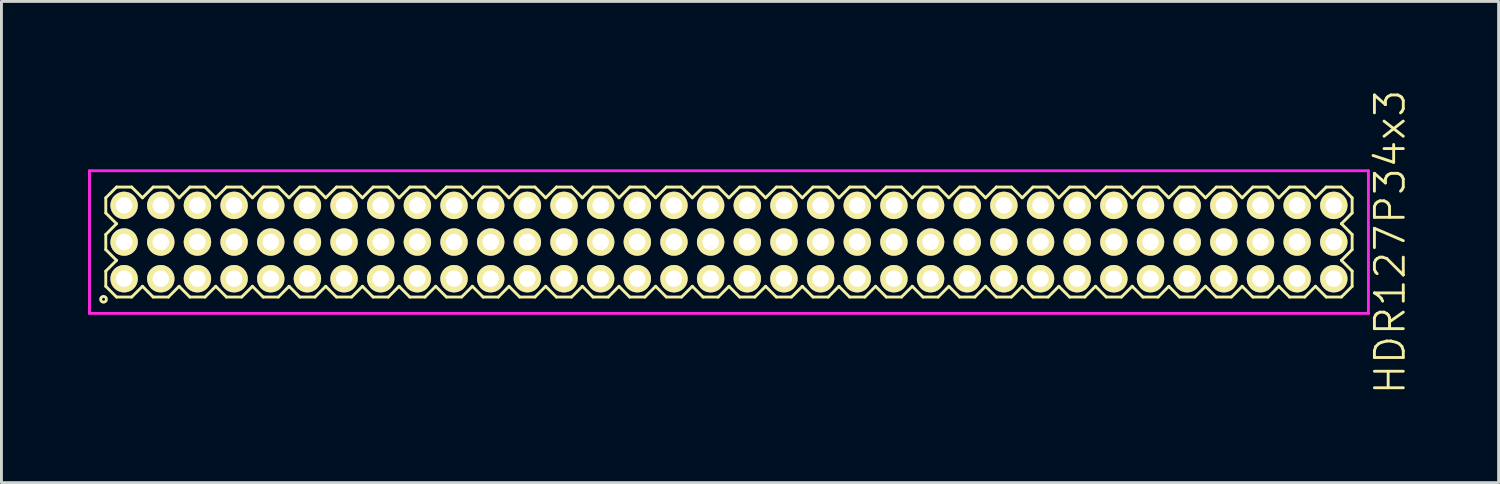
<source format=kicad_pcb>
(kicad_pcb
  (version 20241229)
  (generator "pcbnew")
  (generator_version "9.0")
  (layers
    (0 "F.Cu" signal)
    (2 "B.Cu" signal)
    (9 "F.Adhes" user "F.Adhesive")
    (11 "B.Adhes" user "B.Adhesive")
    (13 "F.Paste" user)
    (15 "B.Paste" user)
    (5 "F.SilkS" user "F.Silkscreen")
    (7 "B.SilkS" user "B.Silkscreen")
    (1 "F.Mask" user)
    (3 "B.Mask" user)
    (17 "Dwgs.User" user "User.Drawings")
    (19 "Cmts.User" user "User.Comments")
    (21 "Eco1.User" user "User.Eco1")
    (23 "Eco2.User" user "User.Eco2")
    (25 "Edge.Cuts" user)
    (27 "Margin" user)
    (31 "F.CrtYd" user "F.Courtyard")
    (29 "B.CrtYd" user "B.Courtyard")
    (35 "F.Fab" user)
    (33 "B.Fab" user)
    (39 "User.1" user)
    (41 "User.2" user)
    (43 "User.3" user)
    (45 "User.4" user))
  (footprint "HDR127P34x3"
    (layer "F.Cu")
    (at 22.205 5.336)
    (property "Reference" "HDR127P34x3" (at 22.905 0 90) (layer "F.SilkS") (effects (font (size 1 1) (thickness 0.1))))
    (attr through_hole)
    (fp_line (start -21.59 -1.533) (end -21.218 -1.905) (stroke (width 0.1) (type solid)) (layer "F.SilkS"))
    (fp_line (start -21.59 -1.007) (end -21.59 -1.533) (stroke (width 0.1) (type solid)) (layer "F.SilkS"))
    (fp_line (start -21.59 -0.263) (end -21.218 -0.635) (stroke (width 0.1) (type solid)) (layer "F.SilkS"))
    (fp_line (start -21.59 0.263) (end -21.59 -0.263) (stroke (width 0.1) (type solid)) (layer "F.SilkS"))
    (fp_line (start -21.59 1.007) (end -21.218 0.635) (stroke (width 0.1) (type solid)) (layer "F.SilkS"))
    (fp_line (start -21.59 1.533) (end -21.59 1.007) (stroke (width 0.1) (type solid)) (layer "F.SilkS"))
    (fp_line (start -21.218 -1.905) (end -20.692 -1.905) (stroke (width 0.1) (type solid)) (layer "F.SilkS"))
    (fp_line (start -21.218 -0.635) (end -21.59 -1.007) (stroke (width 0.1) (type solid)) (layer "F.SilkS"))
    (fp_line (start -21.218 0.635) (end -21.59 0.263) (stroke (width 0.1) (type solid)) (layer "F.SilkS"))
    (fp_line (start -21.218 1.905) (end -21.59 1.533) (stroke (width 0.1) (type solid)) (layer "F.SilkS"))
    (fp_line (start -20.692 -1.905) (end -20.32 -1.533) (stroke (width 0.1) (type solid)) (layer "F.SilkS"))
    (fp_line (start -20.692 1.905) (end -21.218 1.905) (stroke (width 0.1) (type solid)) (layer "F.SilkS"))
    (fp_line (start -20.32 -1.533) (end -19.948 -1.905) (stroke (width 0.1) (type solid)) (layer "F.SilkS"))
    (fp_line (start -20.32 1.533) (end -20.692 1.905) (stroke (width 0.1) (type solid)) (layer "F.SilkS"))
    (fp_line (start -19.948 -1.905) (end -19.422 -1.905) (stroke (width 0.1) (type solid)) (layer "F.SilkS"))
    (fp_line (start -19.948 1.905) (end -20.32 1.533) (stroke (width 0.1) (type solid)) (layer "F.SilkS"))
    (fp_line (start -19.422 -1.905) (end -19.05 -1.533) (stroke (width 0.1) (type solid)) (layer "F.SilkS"))
    (fp_line (start -19.422 1.905) (end -19.948 1.905) (stroke (width 0.1) (type solid)) (layer "F.SilkS"))
    (fp_line (start -19.05 -1.533) (end -18.678 -1.905) (stroke (width 0.1) (type solid)) (layer "F.SilkS"))
    (fp_line (start -19.05 1.533) (end -19.422 1.905) (stroke (width 0.1) (type solid)) (layer "F.SilkS"))
    (fp_line (start -18.678 -1.905) (end -18.152 -1.905) (stroke (width 0.1) (type solid)) (layer "F.SilkS"))
    (fp_line (start -18.678 1.905) (end -19.05 1.533) (stroke (width 0.1) (type solid)) (layer "F.SilkS"))
    (fp_line (start -18.152 -1.905) (end -17.78 -1.533) (stroke (width 0.1) (type solid)) (layer "F.SilkS"))
    (fp_line (start -18.152 1.905) (end -18.678 1.905) (stroke (width 0.1) (type solid)) (layer "F.SilkS"))
    (fp_line (start -17.78 -1.533) (end -17.408 -1.905) (stroke (width 0.1) (type solid)) (layer "F.SilkS"))
    (fp_line (start -17.78 1.533) (end -18.152 1.905) (stroke (width 0.1) (type solid)) (layer "F.SilkS"))
    (fp_line (start -17.408 -1.905) (end -16.882 -1.905) (stroke (width 0.1) (type solid)) (layer "F.SilkS"))
    (fp_line (start -17.408 1.905) (end -17.78 1.533) (stroke (width 0.1) (type solid)) (layer "F.SilkS"))
    (fp_line (start -16.882 -1.905) (end -16.51 -1.533) (stroke (width 0.1) (type solid)) (layer "F.SilkS"))
    (fp_line (start -16.882 1.905) (end -17.408 1.905) (stroke (width 0.1) (type solid)) (layer "F.SilkS"))
    (fp_line (start -16.51 -1.533) (end -16.138 -1.905) (stroke (width 0.1) (type solid)) (layer "F.SilkS"))
    (fp_line (start -16.51 1.533) (end -16.882 1.905) (stroke (width 0.1) (type solid)) (layer "F.SilkS"))
    (fp_line (start -16.138 -1.905) (end -15.612 -1.905) (stroke (width 0.1) (type solid)) (layer "F.SilkS"))
    (fp_line (start -16.138 1.905) (end -16.51 1.533) (stroke (width 0.1) (type solid)) (layer "F.SilkS"))
    (fp_line (start -15.612 -1.905) (end -15.24 -1.533) (stroke (width 0.1) (type solid)) (layer "F.SilkS"))
    (fp_line (start -15.612 1.905) (end -16.138 1.905) (stroke (width 0.1) (type solid)) (layer "F.SilkS"))
    (fp_line (start -15.24 -1.533) (end -14.868 -1.905) (stroke (width 0.1) (type solid)) (layer "F.SilkS"))
    (fp_line (start -15.24 1.533) (end -15.612 1.905) (stroke (width 0.1) (type solid)) (layer "F.SilkS"))
    (fp_line (start -14.868 -1.905) (end -14.342 -1.905) (stroke (width 0.1) (type solid)) (layer "F.SilkS"))
    (fp_line (start -14.868 1.905) (end -15.24 1.533) (stroke (width 0.1) (type solid)) (layer "F.SilkS"))
    (fp_line (start -14.342 -1.905) (end -13.97 -1.533) (stroke (width 0.1) (type solid)) (layer "F.SilkS"))
    (fp_line (start -14.342 1.905) (end -14.868 1.905) (stroke (width 0.1) (type solid)) (layer "F.SilkS"))
    (fp_line (start -13.97 -1.533) (end -13.598 -1.905) (stroke (width 0.1) (type solid)) (layer "F.SilkS"))
    (fp_line (start -13.97 1.533) (end -14.342 1.905) (stroke (width 0.1) (type solid)) (layer "F.SilkS"))
    (fp_line (start -13.598 -1.905) (end -13.072 -1.905) (stroke (width 0.1) (type solid)) (layer "F.SilkS"))
    (fp_line (start -13.598 1.905) (end -13.97 1.533) (stroke (width 0.1) (type solid)) (layer "F.SilkS"))
    (fp_line (start -13.072 -1.905) (end -12.7 -1.533) (stroke (width 0.1) (type solid)) (layer "F.SilkS"))
    (fp_line (start -13.072 1.905) (end -13.598 1.905) (stroke (width 0.1) (type solid)) (layer "F.SilkS"))
    (fp_line (start -12.7 -1.533) (end -12.328 -1.905) (stroke (width 0.1) (type solid)) (layer "F.SilkS"))
    (fp_line (start -12.7 1.533) (end -13.072 1.905) (stroke (width 0.1) (type solid)) (layer "F.SilkS"))
    (fp_line (start -12.328 -1.905) (end -11.802 -1.905) (stroke (width 0.1) (type solid)) (layer "F.SilkS"))
    (fp_line (start -12.328 1.905) (end -12.7 1.533) (stroke (width 0.1) (type solid)) (layer "F.SilkS"))
    (fp_line (start -11.802 -1.905) (end -11.43 -1.533) (stroke (width 0.1) (type solid)) (layer "F.SilkS"))
    (fp_line (start -11.802 1.905) (end -12.328 1.905) (stroke (width 0.1) (type solid)) (layer "F.SilkS"))
    (fp_line (start -11.43 -1.533) (end -11.058 -1.905) (stroke (width 0.1) (type solid)) (layer "F.SilkS"))
    (fp_line (start -11.43 1.533) (end -11.802 1.905) (stroke (width 0.1) (type solid)) (layer "F.SilkS"))
    (fp_line (start -11.058 -1.905) (end -10.532 -1.905) (stroke (width 0.1) (type solid)) (layer "F.SilkS"))
    (fp_line (start -11.058 1.905) (end -11.43 1.533) (stroke (width 0.1) (type solid)) (layer "F.SilkS"))
    (fp_line (start -10.532 -1.905) (end -10.16 -1.533) (stroke (width 0.1) (type solid)) (layer "F.SilkS"))
    (fp_line (start -10.532 1.905) (end -11.058 1.905) (stroke (width 0.1) (type solid)) (layer "F.SilkS"))
    (fp_line (start -10.16 -1.533) (end -9.788 -1.905) (stroke (width 0.1) (type solid)) (layer "F.SilkS"))
    (fp_line (start -10.16 1.533) (end -10.532 1.905) (stroke (width 0.1) (type solid)) (layer "F.SilkS"))
    (fp_line (start -9.788 -1.905) (end -9.262 -1.905) (stroke (width 0.1) (type solid)) (layer "F.SilkS"))
    (fp_line (start -9.788 1.905) (end -10.16 1.533) (stroke (width 0.1) (type solid)) (layer "F.SilkS"))
    (fp_line (start -9.262 -1.905) (end -8.89 -1.533) (stroke (width 0.1) (type solid)) (layer "F.SilkS"))
    (fp_line (start -9.262 1.905) (end -9.788 1.905) (stroke (width 0.1) (type solid)) (layer "F.SilkS"))
    (fp_line (start -8.89 -1.533) (end -8.518 -1.905) (stroke (width 0.1) (type solid)) (layer "F.SilkS"))
    (fp_line (start -8.89 1.533) (end -9.262 1.905) (stroke (width 0.1) (type solid)) (layer "F.SilkS"))
    (fp_line (start -8.518 -1.905) (end -7.992 -1.905) (stroke (width 0.1) (type solid)) (layer "F.SilkS"))
    (fp_line (start -8.518 1.905) (end -8.89 1.533) (stroke (width 0.1) (type solid)) (layer "F.SilkS"))
    (fp_line (start -7.992 -1.905) (end -7.62 -1.533) (stroke (width 0.1) (type solid)) (layer "F.SilkS"))
    (fp_line (start -7.992 1.905) (end -8.518 1.905) (stroke (width 0.1) (type solid)) (layer "F.SilkS"))
    (fp_line (start -7.62 -1.533) (end -7.248 -1.905) (stroke (width 0.1) (type solid)) (layer "F.SilkS"))
    (fp_line (start -7.62 1.533) (end -7.992 1.905) (stroke (width 0.1) (type solid)) (layer "F.SilkS"))
    (fp_line (start -7.248 -1.905) (end -6.722 -1.905) (stroke (width 0.1) (type solid)) (layer "F.SilkS"))
    (fp_line (start -7.248 1.905) (end -7.62 1.533) (stroke (width 0.1) (type solid)) (layer "F.SilkS"))
    (fp_line (start -6.722 -1.905) (end -6.35 -1.533) (stroke (width 0.1) (type solid)) (layer "F.SilkS"))
    (fp_line (start -6.722 1.905) (end -7.248 1.905) (stroke (width 0.1) (type solid)) (layer "F.SilkS"))
    (fp_line (start -6.35 -1.533) (end -5.978 -1.905) (stroke (width 0.1) (type solid)) (layer "F.SilkS"))
    (fp_line (start -6.35 1.533) (end -6.722 1.905) (stroke (width 0.1) (type solid)) (layer "F.SilkS"))
    (fp_line (start -5.978 -1.905) (end -5.452 -1.905) (stroke (width 0.1) (type solid)) (layer "F.SilkS"))
    (fp_line (start -5.978 1.905) (end -6.35 1.533) (stroke (width 0.1) (type solid)) (layer "F.SilkS"))
    (fp_line (start -5.452 -1.905) (end -5.08 -1.533) (stroke (width 0.1) (type solid)) (layer "F.SilkS"))
    (fp_line (start -5.452 1.905) (end -5.978 1.905) (stroke (width 0.1) (type solid)) (layer "F.SilkS"))
    (fp_line (start -5.08 -1.533) (end -4.708 -1.905) (stroke (width 0.1) (type solid)) (layer "F.SilkS"))
    (fp_line (start -5.08 1.533) (end -5.452 1.905) (stroke (width 0.1) (type solid)) (layer "F.SilkS"))
    (fp_line (start -4.708 -1.905) (end -4.182 -1.905) (stroke (width 0.1) (type solid)) (layer "F.SilkS"))
    (fp_line (start -4.708 1.905) (end -5.08 1.533) (stroke (width 0.1) (type solid)) (layer "F.SilkS"))
    (fp_line (start -4.182 -1.905) (end -3.81 -1.533) (stroke (width 0.1) (type solid)) (layer "F.SilkS"))
    (fp_line (start -4.182 1.905) (end -4.708 1.905) (stroke (width 0.1) (type solid)) (layer "F.SilkS"))
    (fp_line (start -3.81 -1.533) (end -3.438 -1.905) (stroke (width 0.1) (type solid)) (layer "F.SilkS"))
    (fp_line (start -3.81 1.533) (end -4.182 1.905) (stroke (width 0.1) (type solid)) (layer "F.SilkS"))
    (fp_line (start -3.438 -1.905) (end -2.912 -1.905) (stroke (width 0.1) (type solid)) (layer "F.SilkS"))
    (fp_line (start -3.438 1.905) (end -3.81 1.533) (stroke (width 0.1) (type solid)) (layer "F.SilkS"))
    (fp_line (start -2.912 -1.905) (end -2.54 -1.533) (stroke (width 0.1) (type solid)) (layer "F.SilkS"))
    (fp_line (start -2.912 1.905) (end -3.438 1.905) (stroke (width 0.1) (type solid)) (layer "F.SilkS"))
    (fp_line (start -2.54 -1.533) (end -2.168 -1.905) (stroke (width 0.1) (type solid)) (layer "F.SilkS"))
    (fp_line (start -2.54 1.533) (end -2.912 1.905) (stroke (width 0.1) (type solid)) (layer "F.SilkS"))
    (fp_line (start -2.168 -1.905) (end -1.642 -1.905) (stroke (width 0.1) (type solid)) (layer "F.SilkS"))
    (fp_line (start -2.168 1.905) (end -2.54 1.533) (stroke (width 0.1) (type solid)) (layer "F.SilkS"))
    (fp_line (start -1.642 -1.905) (end -1.27 -1.533) (stroke (width 0.1) (type solid)) (layer "F.SilkS"))
    (fp_line (start -1.642 1.905) (end -2.168 1.905) (stroke (width 0.1) (type solid)) (layer "F.SilkS"))
    (fp_line (start -1.27 -1.533) (end -0.898 -1.905) (stroke (width 0.1) (type solid)) (layer "F.SilkS"))
    (fp_line (start -1.27 1.533) (end -1.642 1.905) (stroke (width 0.1) (type solid)) (layer "F.SilkS"))
    (fp_line (start -0.898 -1.905) (end -0.372 -1.905) (stroke (width 0.1) (type solid)) (layer "F.SilkS"))
    (fp_line (start -0.898 1.905) (end -1.27 1.533) (stroke (width 0.1) (type solid)) (layer "F.SilkS"))
    (fp_line (start -0.372 -1.905) (end 0 -1.533) (stroke (width 0.1) (type solid)) (layer "F.SilkS"))
    (fp_line (start -0.372 1.905) (end -0.898 1.905) (stroke (width 0.1) (type solid)) (layer "F.SilkS"))
    (fp_line (start 0 -1.533) (end 0.372 -1.905) (stroke (width 0.1) (type solid)) (layer "F.SilkS"))
    (fp_line (start 0 1.533) (end -0.372 1.905) (stroke (width 0.1) (type solid)) (layer "F.SilkS"))
    (fp_line (start 0.372 -1.905) (end 0.898 -1.905) (stroke (width 0.1) (type solid)) (layer "F.SilkS"))
    (fp_line (start 0.372 1.905) (end 0 1.533) (stroke (width 0.1) (type solid)) (layer "F.SilkS"))
    (fp_line (start 0.898 -1.905) (end 1.27 -1.533) (stroke (width 0.1) (type solid)) (layer "F.SilkS"))
    (fp_line (start 0.898 1.905) (end 0.372 1.905) (stroke (width 0.1) (type solid)) (layer "F.SilkS"))
    (fp_line (start 1.27 -1.533) (end 1.642 -1.905) (stroke (width 0.1) (type solid)) (layer "F.SilkS"))
    (fp_line (start 1.27 1.533) (end 0.898 1.905) (stroke (width 0.1) (type solid)) (layer "F.SilkS"))
    (fp_line (start 1.642 -1.905) (end 2.168 -1.905) (stroke (width 0.1) (type solid)) (layer "F.SilkS"))
    (fp_line (start 1.642 1.905) (end 1.27 1.533) (stroke (width 0.1) (type solid)) (layer "F.SilkS"))
    (fp_line (start 2.168 -1.905) (end 2.54 -1.533) (stroke (width 0.1) (type solid)) (layer "F.SilkS"))
    (fp_line (start 2.168 1.905) (end 1.642 1.905) (stroke (width 0.1) (type solid)) (layer "F.SilkS"))
    (fp_line (start 2.54 -1.533) (end 2.912 -1.905) (stroke (width 0.1) (type solid)) (layer "F.SilkS"))
    (fp_line (start 2.54 1.533) (end 2.168 1.905) (stroke (width 0.1) (type solid)) (layer "F.SilkS"))
    (fp_line (start 2.912 -1.905) (end 3.438 -1.905) (stroke (width 0.1) (type solid)) (layer "F.SilkS"))
    (fp_line (start 2.912 1.905) (end 2.54 1.533) (stroke (width 0.1) (type solid)) (layer "F.SilkS"))
    (fp_line (start 3.438 -1.905) (end 3.81 -1.533) (stroke (width 0.1) (type solid)) (layer "F.SilkS"))
    (fp_line (start 3.438 1.905) (end 2.912 1.905) (stroke (width 0.1) (type solid)) (layer "F.SilkS"))
    (fp_line (start 3.81 -1.533) (end 4.182 -1.905) (stroke (width 0.1) (type solid)) (layer "F.SilkS"))
    (fp_line (start 3.81 1.533) (end 3.438 1.905) (stroke (width 0.1) (type solid)) (layer "F.SilkS"))
    (fp_line (start 4.182 -1.905) (end 4.708 -1.905) (stroke (width 0.1) (type solid)) (layer "F.SilkS"))
    (fp_line (start 4.182 1.905) (end 3.81 1.533) (stroke (width 0.1) (type solid)) (layer "F.SilkS"))
    (fp_line (start 4.708 -1.905) (end 5.08 -1.533) (stroke (width 0.1) (type solid)) (layer "F.SilkS"))
    (fp_line (start 4.708 1.905) (end 4.182 1.905) (stroke (width 0.1) (type solid)) (layer "F.SilkS"))
    (fp_line (start 5.08 -1.533) (end 5.452 -1.905) (stroke (width 0.1) (type solid)) (layer "F.SilkS"))
    (fp_line (start 5.08 1.533) (end 4.708 1.905) (stroke (width 0.1) (type solid)) (layer "F.SilkS"))
    (fp_line (start 5.452 -1.905) (end 5.978 -1.905) (stroke (width 0.1) (type solid)) (layer "F.SilkS"))
    (fp_line (start 5.452 1.905) (end 5.08 1.533) (stroke (width 0.1) (type solid)) (layer "F.SilkS"))
    (fp_line (start 5.978 -1.905) (end 6.35 -1.533) (stroke (width 0.1) (type solid)) (layer "F.SilkS"))
    (fp_line (start 5.978 1.905) (end 5.452 1.905) (stroke (width 0.1) (type solid)) (layer "F.SilkS"))
    (fp_line (start 6.35 -1.533) (end 6.722 -1.905) (stroke (width 0.1) (type solid)) (layer "F.SilkS"))
    (fp_line (start 6.35 1.533) (end 5.978 1.905) (stroke (width 0.1) (type solid)) (layer "F.SilkS"))
    (fp_line (start 6.722 -1.905) (end 7.248 -1.905) (stroke (width 0.1) (type solid)) (layer "F.SilkS"))
    (fp_line (start 6.722 1.905) (end 6.35 1.533) (stroke (width 0.1) (type solid)) (layer "F.SilkS"))
    (fp_line (start 7.248 -1.905) (end 7.62 -1.533) (stroke (width 0.1) (type solid)) (layer "F.SilkS"))
    (fp_line (start 7.248 1.905) (end 6.722 1.905) (stroke (width 0.1) (type solid)) (layer "F.SilkS"))
    (fp_line (start 7.62 -1.533) (end 7.992 -1.905) (stroke (width 0.1) (type solid)) (layer "F.SilkS"))
    (fp_line (start 7.62 1.533) (end 7.248 1.905) (stroke (width 0.1) (type solid)) (layer "F.SilkS"))
    (fp_line (start 7.992 -1.905) (end 8.518 -1.905) (stroke (width 0.1) (type solid)) (layer "F.SilkS"))
    (fp_line (start 7.992 1.905) (end 7.62 1.533) (stroke (width 0.1) (type solid)) (layer "F.SilkS"))
    (fp_line (start 8.518 -1.905) (end 8.89 -1.533) (stroke (width 0.1) (type solid)) (layer "F.SilkS"))
    (fp_line (start 8.518 1.905) (end 7.992 1.905) (stroke (width 0.1) (type solid)) (layer "F.SilkS"))
    (fp_line (start 8.89 -1.533) (end 9.262 -1.905) (stroke (width 0.1) (type solid)) (layer "F.SilkS"))
    (fp_line (start 8.89 1.533) (end 8.518 1.905) (stroke (width 0.1) (type solid)) (layer "F.SilkS"))
    (fp_line (start 9.262 -1.905) (end 9.788 -1.905) (stroke (width 0.1) (type solid)) (layer "F.SilkS"))
    (fp_line (start 9.262 1.905) (end 8.89 1.533) (stroke (width 0.1) (type solid)) (layer "F.SilkS"))
    (fp_line (start 9.788 -1.905) (end 10.16 -1.533) (stroke (width 0.1) (type solid)) (layer "F.SilkS"))
    (fp_line (start 9.788 1.905) (end 9.262 1.905) (stroke (width 0.1) (type solid)) (layer "F.SilkS"))
    (fp_line (start 10.16 -1.533) (end 10.532 -1.905) (stroke (width 0.1) (type solid)) (layer "F.SilkS"))
    (fp_line (start 10.16 1.533) (end 9.788 1.905) (stroke (width 0.1) (type solid)) (layer "F.SilkS"))
    (fp_line (start 10.532 -1.905) (end 11.058 -1.905) (stroke (width 0.1) (type solid)) (layer "F.SilkS"))
    (fp_line (start 10.532 1.905) (end 10.16 1.533) (stroke (width 0.1) (type solid)) (layer "F.SilkS"))
    (fp_line (start 11.058 -1.905) (end 11.43 -1.533) (stroke (width 0.1) (type solid)) (layer "F.SilkS"))
    (fp_line (start 11.058 1.905) (end 10.532 1.905) (stroke (width 0.1) (type solid)) (layer "F.SilkS"))
    (fp_line (start 11.43 -1.533) (end 11.802 -1.905) (stroke (width 0.1) (type solid)) (layer "F.SilkS"))
    (fp_line (start 11.43 1.533) (end 11.058 1.905) (stroke (width 0.1) (type solid)) (layer "F.SilkS"))
    (fp_line (start 11.802 -1.905) (end 12.328 -1.905) (stroke (width 0.1) (type solid)) (layer "F.SilkS"))
    (fp_line (start 11.802 1.905) (end 11.43 1.533) (stroke (width 0.1) (type solid)) (layer "F.SilkS"))
    (fp_line (start 12.328 -1.905) (end 12.7 -1.533) (stroke (width 0.1) (type solid)) (layer "F.SilkS"))
    (fp_line (start 12.328 1.905) (end 11.802 1.905) (stroke (width 0.1) (type solid)) (layer "F.SilkS"))
    (fp_line (start 12.7 -1.533) (end 13.072 -1.905) (stroke (width 0.1) (type solid)) (layer "F.SilkS"))
    (fp_line (start 12.7 1.533) (end 12.328 1.905) (stroke (width 0.1) (type solid)) (layer "F.SilkS"))
    (fp_line (start 13.072 -1.905) (end 13.598 -1.905) (stroke (width 0.1) (type solid)) (layer "F.SilkS"))
    (fp_line (start 13.072 1.905) (end 12.7 1.533) (stroke (width 0.1) (type solid)) (layer "F.SilkS"))
    (fp_line (start 13.598 -1.905) (end 13.97 -1.533) (stroke (width 0.1) (type solid)) (layer "F.SilkS"))
    (fp_line (start 13.598 1.905) (end 13.072 1.905) (stroke (width 0.1) (type solid)) (layer "F.SilkS"))
    (fp_line (start 13.97 -1.533) (end 14.342 -1.905) (stroke (width 0.1) (type solid)) (layer "F.SilkS"))
    (fp_line (start 13.97 1.533) (end 13.598 1.905) (stroke (width 0.1) (type solid)) (layer "F.SilkS"))
    (fp_line (start 14.342 -1.905) (end 14.868 -1.905) (stroke (width 0.1) (type solid)) (layer "F.SilkS"))
    (fp_line (start 14.342 1.905) (end 13.97 1.533) (stroke (width 0.1) (type solid)) (layer "F.SilkS"))
    (fp_line (start 14.868 -1.905) (end 15.24 -1.533) (stroke (width 0.1) (type solid)) (layer "F.SilkS"))
    (fp_line (start 14.868 1.905) (end 14.342 1.905) (stroke (width 0.1) (type solid)) (layer "F.SilkS"))
    (fp_line (start 15.24 -1.533) (end 15.612 -1.905) (stroke (width 0.1) (type solid)) (layer "F.SilkS"))
    (fp_line (start 15.24 1.533) (end 14.868 1.905) (stroke (width 0.1) (type solid)) (layer "F.SilkS"))
    (fp_line (start 15.612 -1.905) (end 16.138 -1.905) (stroke (width 0.1) (type solid)) (layer "F.SilkS"))
    (fp_line (start 15.612 1.905) (end 15.24 1.533) (stroke (width 0.1) (type solid)) (layer "F.SilkS"))
    (fp_line (start 16.138 -1.905) (end 16.51 -1.533) (stroke (width 0.1) (type solid)) (layer "F.SilkS"))
    (fp_line (start 16.138 1.905) (end 15.612 1.905) (stroke (width 0.1) (type solid)) (layer "F.SilkS"))
    (fp_line (start 16.51 -1.533) (end 16.882 -1.905) (stroke (width 0.1) (type solid)) (layer "F.SilkS"))
    (fp_line (start 16.51 1.533) (end 16.138 1.905) (stroke (width 0.1) (type solid)) (layer "F.SilkS"))
    (fp_line (start 16.882 -1.905) (end 17.408 -1.905) (stroke (width 0.1) (type solid)) (layer "F.SilkS"))
    (fp_line (start 16.882 1.905) (end 16.51 1.533) (stroke (width 0.1) (type solid)) (layer "F.SilkS"))
    (fp_line (start 17.408 -1.905) (end 17.78 -1.533) (stroke (width 0.1) (type solid)) (layer "F.SilkS"))
    (fp_line (start 17.408 1.905) (end 16.882 1.905) (stroke (width 0.1) (type solid)) (layer "F.SilkS"))
    (fp_line (start 17.78 -1.533) (end 18.152 -1.905) (stroke (width 0.1) (type solid)) (layer "F.SilkS"))
    (fp_line (start 17.78 1.533) (end 17.408 1.905) (stroke (width 0.1) (type solid)) (layer "F.SilkS"))
    (fp_line (start 18.152 -1.905) (end 18.678 -1.905) (stroke (width 0.1) (type solid)) (layer "F.SilkS"))
    (fp_line (start 18.152 1.905) (end 17.78 1.533) (stroke (width 0.1) (type solid)) (layer "F.SilkS"))
    (fp_line (start 18.678 -1.905) (end 19.05 -1.533) (stroke (width 0.1) (type solid)) (layer "F.SilkS"))
    (fp_line (start 18.678 1.905) (end 18.152 1.905) (stroke (width 0.1) (type solid)) (layer "F.SilkS"))
    (fp_line (start 19.05 -1.533) (end 19.422 -1.905) (stroke (width 0.1) (type solid)) (layer "F.SilkS"))
    (fp_line (start 19.05 1.533) (end 18.678 1.905) (stroke (width 0.1) (type solid)) (layer "F.SilkS"))
    (fp_line (start 19.422 -1.905) (end 19.948 -1.905) (stroke (width 0.1) (type solid)) (layer "F.SilkS"))
    (fp_line (start 19.422 1.905) (end 19.05 1.533) (stroke (width 0.1) (type solid)) (layer "F.SilkS"))
    (fp_line (start 19.948 -1.905) (end 20.32 -1.533) (stroke (width 0.1) (type solid)) (layer "F.SilkS"))
    (fp_line (start 19.948 1.905) (end 19.422 1.905) (stroke (width 0.1) (type solid)) (layer "F.SilkS"))
    (fp_line (start 20.32 -1.533) (end 20.692 -1.905) (stroke (width 0.1) (type solid)) (layer "F.SilkS"))
    (fp_line (start 20.32 1.533) (end 19.948 1.905) (stroke (width 0.1) (type solid)) (layer "F.SilkS"))
    (fp_line (start 20.692 -1.905) (end 21.218 -1.905) (stroke (width 0.1) (type solid)) (layer "F.SilkS"))
    (fp_line (start 20.692 1.905) (end 20.32 1.533) (stroke (width 0.1) (type solid)) (layer "F.SilkS"))
    (fp_line (start 21.218 -1.905) (end 21.59 -1.533) (stroke (width 0.1) (type solid)) (layer "F.SilkS"))
    (fp_line (start 21.218 -0.635) (end 21.59 -0.263) (stroke (width 0.1) (type solid)) (layer "F.SilkS"))
    (fp_line (start 21.218 0.635) (end 21.59 1.007) (stroke (width 0.1) (type solid)) (layer "F.SilkS"))
    (fp_line (start 21.218 1.905) (end 20.692 1.905) (stroke (width 0.1) (type solid)) (layer "F.SilkS"))
    (fp_line (start 21.59 -1.533) (end 21.59 -1.007) (stroke (width 0.1) (type solid)) (layer "F.SilkS"))
    (fp_line (start 21.59 -1.007) (end 21.218 -0.635) (stroke (width 0.1) (type solid)) (layer "F.SilkS"))
    (fp_line (start 21.59 -0.263) (end 21.59 0.263) (stroke (width 0.1) (type solid)) (layer "F.SilkS"))
    (fp_line (start 21.59 0.263) (end 21.218 0.635) (stroke (width 0.1) (type solid)) (layer "F.SilkS"))
    (fp_line (start 21.59 1.007) (end 21.59 1.533) (stroke (width 0.1) (type solid)) (layer "F.SilkS"))
    (fp_line (start 21.59 1.533) (end 21.218 1.905) (stroke (width 0.1) (type solid)) (layer "F.SilkS"))
    (fp_circle (center -21.668 1.983) (end -21.568 1.983) (stroke (width 0.1) (type solid)) (fill no) (layer "F.SilkS"))
    (fp_line (start -22.155 -2.47) (end -22.155 2.47) (stroke (width 0.1) (type solid)) (layer "F.CrtYd"))
    (fp_line (start -22.155 2.47) (end 22.155 2.47) (stroke (width 0.1) (type solid)) (layer "F.CrtYd"))
    (fp_line (start 22.155 -2.47) (end -22.155 -2.47) (stroke (width 0.1) (type solid)) (layer "F.CrtYd"))
    (fp_line (start 22.155 2.47) (end 22.155 -2.47) (stroke (width 0.1) (type solid)) (layer "F.CrtYd"))
    (pad "1" thru_hole oval (at -20.955 1.27) (size 0.95 0.95) (drill 0.57) (layers "*.Cu" "*.Mask" "F.SilkS"))
    (pad "2" thru_hole oval (at -20.955 0) (size 0.95 0.95) (drill 0.57) (layers "*.Cu" "*.Mask" "F.SilkS"))
    (pad "3" thru_hole oval (at -20.955 -1.27) (size 0.95 0.95) (drill 0.57) (layers "*.Cu" "*.Mask" "F.SilkS"))
    (pad "4" thru_hole oval (at -19.685 1.27) (size 0.95 0.95) (drill 0.57) (layers "*.Cu" "*.Mask" "F.SilkS"))
    (pad "5" thru_hole oval (at -19.685 0) (size 0.95 0.95) (drill 0.57) (layers "*.Cu" "*.Mask" "F.SilkS"))
    (pad "6" thru_hole oval (at -19.685 -1.27) (size 0.95 0.95) (drill 0.57) (layers "*.Cu" "*.Mask" "F.SilkS"))
    (pad "7" thru_hole oval (at -18.415 1.27) (size 0.95 0.95) (drill 0.57) (layers "*.Cu" "*.Mask" "F.SilkS"))
    (pad "8" thru_hole oval (at -18.415 0) (size 0.95 0.95) (drill 0.57) (layers "*.Cu" "*.Mask" "F.SilkS"))
    (pad "9" thru_hole oval (at -18.415 -1.27) (size 0.95 0.95) (drill 0.57) (layers "*.Cu" "*.Mask" "F.SilkS"))
    (pad "10" thru_hole oval (at -17.145 1.27) (size 0.95 0.95) (drill 0.57) (layers "*.Cu" "*.Mask" "F.SilkS"))
    (pad "11" thru_hole oval (at -17.145 0) (size 0.95 0.95) (drill 0.57) (layers "*.Cu" "*.Mask" "F.SilkS"))
    (pad "12" thru_hole oval (at -17.145 -1.27) (size 0.95 0.95) (drill 0.57) (layers "*.Cu" "*.Mask" "F.SilkS"))
    (pad "13" thru_hole oval (at -15.875 1.27) (size 0.95 0.95) (drill 0.57) (layers "*.Cu" "*.Mask" "F.SilkS"))
    (pad "14" thru_hole oval (at -15.875 0) (size 0.95 0.95) (drill 0.57) (layers "*.Cu" "*.Mask" "F.SilkS"))
    (pad "15" thru_hole oval (at -15.875 -1.27) (size 0.95 0.95) (drill 0.57) (layers "*.Cu" "*.Mask" "F.SilkS"))
    (pad "16" thru_hole oval (at -14.605 1.27) (size 0.95 0.95) (drill 0.57) (layers "*.Cu" "*.Mask" "F.SilkS"))
    (pad "17" thru_hole oval (at -14.605 0) (size 0.95 0.95) (drill 0.57) (layers "*.Cu" "*.Mask" "F.SilkS"))
    (pad "18" thru_hole oval (at -14.605 -1.27) (size 0.95 0.95) (drill 0.57) (layers "*.Cu" "*.Mask" "F.SilkS"))
    (pad "19" thru_hole oval (at -13.335 1.27) (size 0.95 0.95) (drill 0.57) (layers "*.Cu" "*.Mask" "F.SilkS"))
    (pad "20" thru_hole oval (at -13.335 0) (size 0.95 0.95) (drill 0.57) (layers "*.Cu" "*.Mask" "F.SilkS"))
    (pad "21" thru_hole oval (at -13.335 -1.27) (size 0.95 0.95) (drill 0.57) (layers "*.Cu" "*.Mask" "F.SilkS"))
    (pad "22" thru_hole oval (at -12.065 1.27) (size 0.95 0.95) (drill 0.57) (layers "*.Cu" "*.Mask" "F.SilkS"))
    (pad "23" thru_hole oval (at -12.065 0) (size 0.95 0.95) (drill 0.57) (layers "*.Cu" "*.Mask" "F.SilkS"))
    (pad "24" thru_hole oval (at -12.065 -1.27) (size 0.95 0.95) (drill 0.57) (layers "*.Cu" "*.Mask" "F.SilkS"))
    (pad "25" thru_hole oval (at -10.795 1.27) (size 0.95 0.95) (drill 0.57) (layers "*.Cu" "*.Mask" "F.SilkS"))
    (pad "26" thru_hole oval (at -10.795 0) (size 0.95 0.95) (drill 0.57) (layers "*.Cu" "*.Mask" "F.SilkS"))
    (pad "27" thru_hole oval (at -10.795 -1.27) (size 0.95 0.95) (drill 0.57) (layers "*.Cu" "*.Mask" "F.SilkS"))
    (pad "28" thru_hole oval (at -9.525 1.27) (size 0.95 0.95) (drill 0.57) (layers "*.Cu" "*.Mask" "F.SilkS"))
    (pad "29" thru_hole oval (at -9.525 0) (size 0.95 0.95) (drill 0.57) (layers "*.Cu" "*.Mask" "F.SilkS"))
    (pad "30" thru_hole oval (at -9.525 -1.27) (size 0.95 0.95) (drill 0.57) (layers "*.Cu" "*.Mask" "F.SilkS"))
    (pad "31" thru_hole oval (at -8.255 1.27) (size 0.95 0.95) (drill 0.57) (layers "*.Cu" "*.Mask" "F.SilkS"))
    (pad "32" thru_hole oval (at -8.255 0) (size 0.95 0.95) (drill 0.57) (layers "*.Cu" "*.Mask" "F.SilkS"))
    (pad "33" thru_hole oval (at -8.255 -1.27) (size 0.95 0.95) (drill 0.57) (layers "*.Cu" "*.Mask" "F.SilkS"))
    (pad "34" thru_hole oval (at -6.985 1.27) (size 0.95 0.95) (drill 0.57) (layers "*.Cu" "*.Mask" "F.SilkS"))
    (pad "35" thru_hole oval (at -6.985 0) (size 0.95 0.95) (drill 0.57) (layers "*.Cu" "*.Mask" "F.SilkS"))
    (pad "36" thru_hole oval (at -6.985 -1.27) (size 0.95 0.95) (drill 0.57) (layers "*.Cu" "*.Mask" "F.SilkS"))
    (pad "37" thru_hole oval (at -5.715 1.27) (size 0.95 0.95) (drill 0.57) (layers "*.Cu" "*.Mask" "F.SilkS"))
    (pad "38" thru_hole oval (at -5.715 0) (size 0.95 0.95) (drill 0.57) (layers "*.Cu" "*.Mask" "F.SilkS"))
    (pad "39" thru_hole oval (at -5.715 -1.27) (size 0.95 0.95) (drill 0.57) (layers "*.Cu" "*.Mask" "F.SilkS"))
    (pad "40" thru_hole oval (at -4.445 1.27) (size 0.95 0.95) (drill 0.57) (layers "*.Cu" "*.Mask" "F.SilkS"))
    (pad "41" thru_hole oval (at -4.445 0) (size 0.95 0.95) (drill 0.57) (layers "*.Cu" "*.Mask" "F.SilkS"))
    (pad "42" thru_hole oval (at -4.445 -1.27) (size 0.95 0.95) (drill 0.57) (layers "*.Cu" "*.Mask" "F.SilkS"))
    (pad "43" thru_hole oval (at -3.175 1.27) (size 0.95 0.95) (drill 0.57) (layers "*.Cu" "*.Mask" "F.SilkS"))
    (pad "44" thru_hole oval (at -3.175 0) (size 0.95 0.95) (drill 0.57) (layers "*.Cu" "*.Mask" "F.SilkS"))
    (pad "45" thru_hole oval (at -3.175 -1.27) (size 0.95 0.95) (drill 0.57) (layers "*.Cu" "*.Mask" "F.SilkS"))
    (pad "46" thru_hole oval (at -1.905 1.27) (size 0.95 0.95) (drill 0.57) (layers "*.Cu" "*.Mask" "F.SilkS"))
    (pad "47" thru_hole oval (at -1.905 0) (size 0.95 0.95) (drill 0.57) (layers "*.Cu" "*.Mask" "F.SilkS"))
    (pad "48" thru_hole oval (at -1.905 -1.27) (size 0.95 0.95) (drill 0.57) (layers "*.Cu" "*.Mask" "F.SilkS"))
    (pad "49" thru_hole oval (at -0.635 1.27) (size 0.95 0.95) (drill 0.57) (layers "*.Cu" "*.Mask" "F.SilkS"))
    (pad "50" thru_hole oval (at -0.635 0) (size 0.95 0.95) (drill 0.57) (layers "*.Cu" "*.Mask" "F.SilkS"))
    (pad "51" thru_hole oval (at -0.635 -1.27) (size 0.95 0.95) (drill 0.57) (layers "*.Cu" "*.Mask" "F.SilkS"))
    (pad "52" thru_hole oval (at 0.635 1.27) (size 0.95 0.95) (drill 0.57) (layers "*.Cu" "*.Mask" "F.SilkS"))
    (pad "53" thru_hole oval (at 0.635 0) (size 0.95 0.95) (drill 0.57) (layers "*.Cu" "*.Mask" "F.SilkS"))
    (pad "54" thru_hole oval (at 0.635 -1.27) (size 0.95 0.95) (drill 0.57) (layers "*.Cu" "*.Mask" "F.SilkS"))
    (pad "55" thru_hole oval (at 1.905 1.27) (size 0.95 0.95) (drill 0.57) (layers "*.Cu" "*.Mask" "F.SilkS"))
    (pad "56" thru_hole oval (at 1.905 0) (size 0.95 0.95) (drill 0.57) (layers "*.Cu" "*.Mask" "F.SilkS"))
    (pad "57" thru_hole oval (at 1.905 -1.27) (size 0.95 0.95) (drill 0.57) (layers "*.Cu" "*.Mask" "F.SilkS"))
    (pad "58" thru_hole oval (at 3.175 1.27) (size 0.95 0.95) (drill 0.57) (layers "*.Cu" "*.Mask" "F.SilkS"))
    (pad "59" thru_hole oval (at 3.175 0) (size 0.95 0.95) (drill 0.57) (layers "*.Cu" "*.Mask" "F.SilkS"))
    (pad "60" thru_hole oval (at 3.175 -1.27) (size 0.95 0.95) (drill 0.57) (layers "*.Cu" "*.Mask" "F.SilkS"))
    (pad "61" thru_hole oval (at 4.445 1.27) (size 0.95 0.95) (drill 0.57) (layers "*.Cu" "*.Mask" "F.SilkS"))
    (pad "62" thru_hole oval (at 4.445 0) (size 0.95 0.95) (drill 0.57) (layers "*.Cu" "*.Mask" "F.SilkS"))
    (pad "63" thru_hole oval (at 4.445 -1.27) (size 0.95 0.95) (drill 0.57) (layers "*.Cu" "*.Mask" "F.SilkS"))
    (pad "64" thru_hole oval (at 5.715 1.27) (size 0.95 0.95) (drill 0.57) (layers "*.Cu" "*.Mask" "F.SilkS"))
    (pad "65" thru_hole oval (at 5.715 0) (size 0.95 0.95) (drill 0.57) (layers "*.Cu" "*.Mask" "F.SilkS"))
    (pad "66" thru_hole oval (at 5.715 -1.27) (size 0.95 0.95) (drill 0.57) (layers "*.Cu" "*.Mask" "F.SilkS"))
    (pad "67" thru_hole oval (at 6.985 1.27) (size 0.95 0.95) (drill 0.57) (layers "*.Cu" "*.Mask" "F.SilkS"))
    (pad "68" thru_hole oval (at 6.985 0) (size 0.95 0.95) (drill 0.57) (layers "*.Cu" "*.Mask" "F.SilkS"))
    (pad "69" thru_hole oval (at 6.985 -1.27) (size 0.95 0.95) (drill 0.57) (layers "*.Cu" "*.Mask" "F.SilkS"))
    (pad "70" thru_hole oval (at 8.255 1.27) (size 0.95 0.95) (drill 0.57) (layers "*.Cu" "*.Mask" "F.SilkS"))
    (pad "71" thru_hole oval (at 8.255 0) (size 0.95 0.95) (drill 0.57) (layers "*.Cu" "*.Mask" "F.SilkS"))
    (pad "72" thru_hole oval (at 8.255 -1.27) (size 0.95 0.95) (drill 0.57) (layers "*.Cu" "*.Mask" "F.SilkS"))
    (pad "73" thru_hole oval (at 9.525 1.27) (size 0.95 0.95) (drill 0.57) (layers "*.Cu" "*.Mask" "F.SilkS"))
    (pad "74" thru_hole oval (at 9.525 0) (size 0.95 0.95) (drill 0.57) (layers "*.Cu" "*.Mask" "F.SilkS"))
    (pad "75" thru_hole oval (at 9.525 -1.27) (size 0.95 0.95) (drill 0.57) (layers "*.Cu" "*.Mask" "F.SilkS"))
    (pad "76" thru_hole oval (at 10.795 1.27) (size 0.95 0.95) (drill 0.57) (layers "*.Cu" "*.Mask" "F.SilkS"))
    (pad "77" thru_hole oval (at 10.795 0) (size 0.95 0.95) (drill 0.57) (layers "*.Cu" "*.Mask" "F.SilkS"))
    (pad "78" thru_hole oval (at 10.795 -1.27) (size 0.95 0.95) (drill 0.57) (layers "*.Cu" "*.Mask" "F.SilkS"))
    (pad "79" thru_hole oval (at 12.065 1.27) (size 0.95 0.95) (drill 0.57) (layers "*.Cu" "*.Mask" "F.SilkS"))
    (pad "80" thru_hole oval (at 12.065 0) (size 0.95 0.95) (drill 0.57) (layers "*.Cu" "*.Mask" "F.SilkS"))
    (pad "81" thru_hole oval (at 12.065 -1.27) (size 0.95 0.95) (drill 0.57) (layers "*.Cu" "*.Mask" "F.SilkS"))
    (pad "82" thru_hole oval (at 13.335 1.27) (size 0.95 0.95) (drill 0.57) (layers "*.Cu" "*.Mask" "F.SilkS"))
    (pad "83" thru_hole oval (at 13.335 0) (size 0.95 0.95) (drill 0.57) (layers "*.Cu" "*.Mask" "F.SilkS"))
    (pad "84" thru_hole oval (at 13.335 -1.27) (size 0.95 0.95) (drill 0.57) (layers "*.Cu" "*.Mask" "F.SilkS"))
    (pad "85" thru_hole oval (at 14.605 1.27) (size 0.95 0.95) (drill 0.57) (layers "*.Cu" "*.Mask" "F.SilkS"))
    (pad "86" thru_hole oval (at 14.605 0) (size 0.95 0.95) (drill 0.57) (layers "*.Cu" "*.Mask" "F.SilkS"))
    (pad "87" thru_hole oval (at 14.605 -1.27) (size 0.95 0.95) (drill 0.57) (layers "*.Cu" "*.Mask" "F.SilkS"))
    (pad "88" thru_hole oval (at 15.875 1.27) (size 0.95 0.95) (drill 0.57) (layers "*.Cu" "*.Mask" "F.SilkS"))
    (pad "89" thru_hole oval (at 15.875 0) (size 0.95 0.95) (drill 0.57) (layers "*.Cu" "*.Mask" "F.SilkS"))
    (pad "90" thru_hole oval (at 15.875 -1.27) (size 0.95 0.95) (drill 0.57) (layers "*.Cu" "*.Mask" "F.SilkS"))
    (pad "91" thru_hole oval (at 17.145 1.27) (size 0.95 0.95) (drill 0.57) (layers "*.Cu" "*.Mask" "F.SilkS"))
    (pad "92" thru_hole oval (at 17.145 0) (size 0.95 0.95) (drill 0.57) (layers "*.Cu" "*.Mask" "F.SilkS"))
    (pad "93" thru_hole oval (at 17.145 -1.27) (size 0.95 0.95) (drill 0.57) (layers "*.Cu" "*.Mask" "F.SilkS"))
    (pad "94" thru_hole oval (at 18.415 1.27) (size 0.95 0.95) (drill 0.57) (layers "*.Cu" "*.Mask" "F.SilkS"))
    (pad "95" thru_hole oval (at 18.415 0) (size 0.95 0.95) (drill 0.57) (layers "*.Cu" "*.Mask" "F.SilkS"))
    (pad "96" thru_hole oval (at 18.415 -1.27) (size 0.95 0.95) (drill 0.57) (layers "*.Cu" "*.Mask" "F.SilkS"))
    (pad "97" thru_hole oval (at 19.685 1.27) (size 0.95 0.95) (drill 0.57) (layers "*.Cu" "*.Mask" "F.SilkS"))
    (pad "98" thru_hole oval (at 19.685 0) (size 0.95 0.95) (drill 0.57) (layers "*.Cu" "*.Mask" "F.SilkS"))
    (pad "99" thru_hole oval (at 19.685 -1.27) (size 0.95 0.95) (drill 0.57) (layers "*.Cu" "*.Mask" "F.SilkS"))
    (pad "100" thru_hole oval (at 20.955 1.27) (size 0.95 0.95) (drill 0.57) (layers "*.Cu" "*.Mask" "F.SilkS"))
    (pad "101" thru_hole oval (at 20.955 0) (size 0.95 0.95) (drill 0.57) (layers "*.Cu" "*.Mask" "F.SilkS"))
    (pad "102" thru_hole oval (at 20.955 -1.27) (size 0.95 0.95) (drill 0.57) (layers "*.Cu" "*.Mask" "F.SilkS")))
  (gr_rect
    (start -3 -3)
    (end 48.87 13.671)
    (stroke (width 0.1) (type default))
    (fill no)
    (layer "Edge.Cuts")))
</source>
